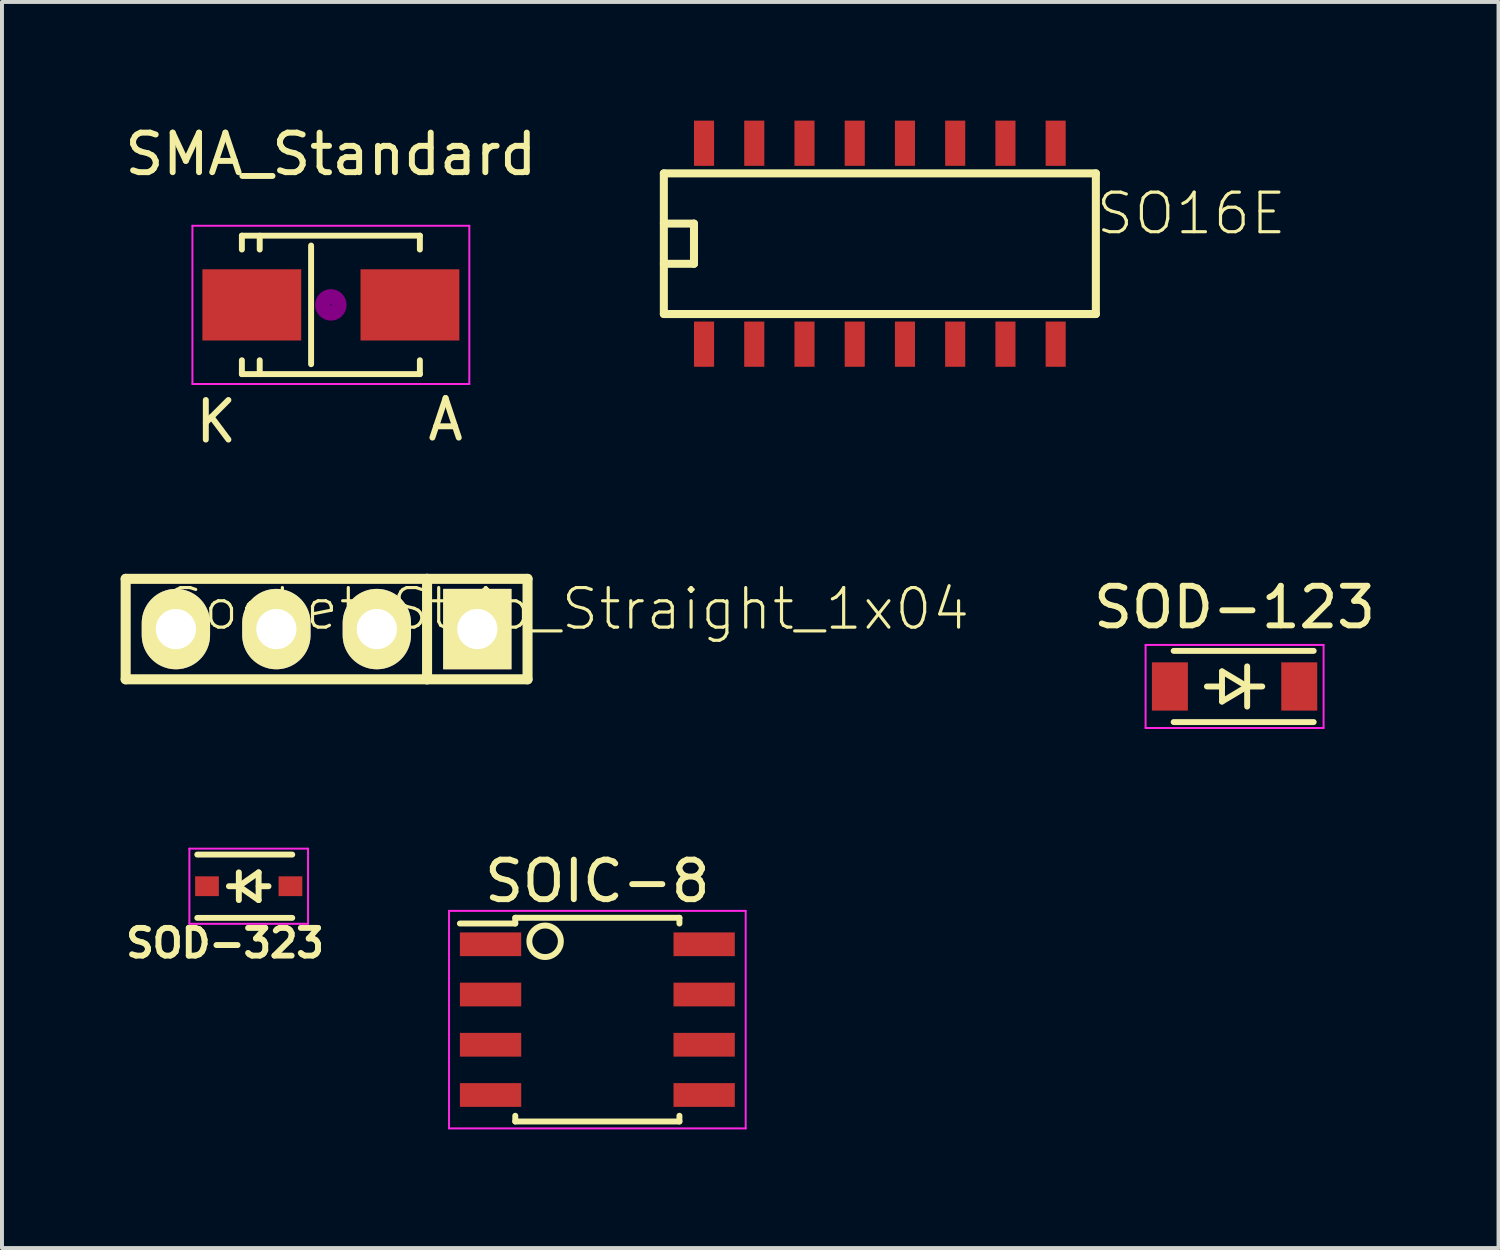
<source format=kicad_pcb>
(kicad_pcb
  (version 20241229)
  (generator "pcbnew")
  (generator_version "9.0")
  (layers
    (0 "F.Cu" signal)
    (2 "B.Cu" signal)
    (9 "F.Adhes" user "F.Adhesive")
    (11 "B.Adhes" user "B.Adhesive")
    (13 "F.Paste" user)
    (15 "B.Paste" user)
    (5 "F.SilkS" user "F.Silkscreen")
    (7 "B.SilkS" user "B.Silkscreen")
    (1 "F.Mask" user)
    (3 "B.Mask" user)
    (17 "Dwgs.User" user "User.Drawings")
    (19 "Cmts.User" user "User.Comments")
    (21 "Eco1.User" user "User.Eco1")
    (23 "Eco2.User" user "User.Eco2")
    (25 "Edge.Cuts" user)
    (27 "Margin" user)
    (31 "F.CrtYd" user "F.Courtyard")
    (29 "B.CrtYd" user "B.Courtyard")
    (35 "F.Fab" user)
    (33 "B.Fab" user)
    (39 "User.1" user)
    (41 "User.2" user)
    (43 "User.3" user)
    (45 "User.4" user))
  (footprint "Socket_Strip_Straight_1x04"
    (placed yes)
    (layer "F.Cu")
    (at 5.207 12.854)
    (property "Reference" "Socket_Strip_Straight_1x04" (at 6.096 -0.508 0) (layer "F.SilkS") (effects (font (size 1 1) (thickness 0.08))))
    (attr through_hole)
    (fp_line (start -5.08 1.27) (end -5.08 -1.27) (stroke (width 0.254) (type solid)) (layer "F.SilkS"))
    (fp_line (start 2.54 -1.27) (end -5.08 -1.27) (stroke (width 0.254) (type solid)) (layer "F.SilkS"))
    (fp_line (start 2.54 -1.27) (end 2.54 1.27) (stroke (width 0.254) (type solid)) (layer "F.SilkS"))
    (fp_line (start 2.54 1.27) (end -5.08 1.27) (stroke (width 0.254) (type solid)) (layer "F.SilkS"))
    (fp_line (start 5.08 -1.27) (end 2.54 -1.27) (stroke (width 0.254) (type solid)) (layer "F.SilkS"))
    (fp_line (start 5.08 -1.27) (end 5.08 1.27) (stroke (width 0.254) (type solid)) (layer "F.SilkS"))
    (fp_line (start 5.08 1.27) (end 2.54 1.27) (stroke (width 0.254) (type solid)) (layer "F.SilkS"))
    (pad "1" thru_hole rect (at 3.81 0 180) (size 1.727 2.032) (drill 1.016) (layers "*.Cu" "*.Mask" "F.SilkS"))
    (pad "2" thru_hole oval (at 1.27 0 180) (size 1.727 2.032) (drill 1.016) (layers "*.Cu" "*.Mask" "F.SilkS"))
    (pad "3" thru_hole oval (at -1.27 0 180) (size 1.727 2.032) (drill 1.016) (layers "*.Cu" "*.Mask" "F.SilkS"))
    (pad "4" thru_hole oval (at -3.81 0 180) (size 1.727 2.032) (drill 1.016) (layers "*.Cu" "*.Mask" "F.SilkS")))
  (footprint "SO16E"
    (placed yes)
    (layer "F.Cu")
    (at 19.194 3.111)
    (property "Reference" "SO16E" (at 7.874 -0.762 0) (layer "F.SilkS") (effects (font (size 1 1) (thickness 0.08))))
    (attr smd)
    (fp_line (start -5.461 -1.778) (end 5.461 -1.778) (stroke (width 0.203) (type solid)) (layer "F.SilkS"))
    (fp_line (start -5.461 -0.508) (end -4.699 -0.508) (stroke (width 0.203) (type solid)) (layer "F.SilkS"))
    (fp_line (start -5.461 1.778) (end -5.461 -1.778) (stroke (width 0.203) (type solid)) (layer "F.SilkS"))
    (fp_line (start -4.699 -0.508) (end -4.699 0.508) (stroke (width 0.203) (type solid)) (layer "F.SilkS"))
    (fp_line (start -4.699 0.508) (end -5.461 0.508) (stroke (width 0.203) (type solid)) (layer "F.SilkS"))
    (fp_line (start 5.461 -1.778) (end 5.461 1.778) (stroke (width 0.203) (type solid)) (layer "F.SilkS"))
    (fp_line (start 5.461 1.778) (end -5.461 1.778) (stroke (width 0.203) (type solid)) (layer "F.SilkS"))
    (pad "1" smd rect (at -4.445 2.54) (size 0.508 1.143) (layers "F.Cu" "F.Mask" "F.Paste"))
    (pad "2" smd rect (at -3.175 2.54) (size 0.508 1.143) (layers "F.Cu" "F.Mask" "F.Paste"))
    (pad "3" smd rect (at -1.905 2.54) (size 0.508 1.143) (layers "F.Cu" "F.Mask" "F.Paste"))
    (pad "4" smd rect (at -0.635 2.54) (size 0.508 1.143) (layers "F.Cu" "F.Mask" "F.Paste"))
    (pad "5" smd rect (at 0.635 2.54) (size 0.508 1.143) (layers "F.Cu" "F.Mask" "F.Paste"))
    (pad "6" smd rect (at 1.905 2.54) (size 0.508 1.143) (layers "F.Cu" "F.Mask" "F.Paste"))
    (pad "7" smd rect (at 3.175 2.54) (size 0.508 1.143) (layers "F.Cu" "F.Mask" "F.Paste"))
    (pad "8" smd rect (at 4.445 2.54) (size 0.508 1.143) (layers "F.Cu" "F.Mask" "F.Paste"))
    (pad "9" smd rect (at 4.445 -2.54) (size 0.508 1.143) (layers "F.Cu" "F.Mask" "F.Paste"))
    (pad "10" smd rect (at 3.175 -2.54) (size 0.508 1.143) (layers "F.Cu" "F.Mask" "F.Paste"))
    (pad "11" smd rect (at 1.905 -2.54) (size 0.508 1.143) (layers "F.Cu" "F.Mask" "F.Paste"))
    (pad "12" smd rect (at 0.635 -2.54) (size 0.508 1.143) (layers "F.Cu" "F.Mask" "F.Paste"))
    (pad "13" smd rect (at -0.635 -2.54) (size 0.508 1.143) (layers "F.Cu" "F.Mask" "F.Paste"))
    (pad "14" smd rect (at -1.905 -2.54) (size 0.508 1.143) (layers "F.Cu" "F.Mask" "F.Paste"))
    (pad "15" smd rect (at -3.175 -2.54) (size 0.508 1.143) (layers "F.Cu" "F.Mask" "F.Paste"))
    (pad "16" smd rect (at -4.445 -2.54) (size 0.508 1.143) (layers "F.Cu" "F.Mask" "F.Paste")))
  (footprint "SOIC-8"
    (layer "F.Cu")
    (at 12.052 22.728)
    (property "Reference" "SOIC-8" (at 0 -3.5 0) (layer "F.SilkS") (effects (font (size 1 1) (thickness 0.15))))
    (attr smd)
    (fp_line (start -2.075 -2.575) (end -2.075 -2.43) (stroke (width 0.15) (type solid)) (layer "F.SilkS"))
    (fp_line (start -2.075 -2.575) (end 2.075 -2.575) (stroke (width 0.15) (type solid)) (layer "F.SilkS"))
    (fp_line (start -2.075 -2.43) (end -3.475 -2.43) (stroke (width 0.15) (type solid)) (layer "F.SilkS"))
    (fp_line (start -2.075 2.575) (end -2.075 2.43) (stroke (width 0.15) (type solid)) (layer "F.SilkS"))
    (fp_line (start -2.075 2.575) (end 2.075 2.575) (stroke (width 0.15) (type solid)) (layer "F.SilkS"))
    (fp_line (start 2.075 -2.575) (end 2.075 -2.43) (stroke (width 0.15) (type solid)) (layer "F.SilkS"))
    (fp_line (start 2.075 2.575) (end 2.075 2.43) (stroke (width 0.15) (type solid)) (layer "F.SilkS"))
    (fp_circle (center -1.321 -1.981) (end -0.965 -1.803) (stroke (width 0.15) (type solid)) (fill no) (layer "F.SilkS"))
    (fp_line (start -3.75 -2.75) (end -3.75 2.75) (stroke (width 0.05) (type solid)) (layer "F.CrtYd"))
    (fp_line (start -3.75 -2.75) (end 3.75 -2.75) (stroke (width 0.05) (type solid)) (layer "F.CrtYd"))
    (fp_line (start -3.75 2.75) (end 3.75 2.75) (stroke (width 0.05) (type solid)) (layer "F.CrtYd"))
    (fp_line (start 3.75 -2.75) (end 3.75 2.75) (stroke (width 0.05) (type solid)) (layer "F.CrtYd"))
    (pad "1" smd rect (at -2.7 -1.905) (size 1.55 0.6) (layers "F.Cu" "F.Mask" "F.Paste"))
    (pad "2" smd rect (at -2.7 -0.635) (size 1.55 0.6) (layers "F.Cu" "F.Mask" "F.Paste"))
    (pad "3" smd rect (at -2.7 0.635) (size 1.55 0.6) (layers "F.Cu" "F.Mask" "F.Paste"))
    (pad "4" smd rect (at -2.7 1.905) (size 1.55 0.6) (layers "F.Cu" "F.Mask" "F.Paste"))
    (pad "5" smd rect (at 2.7 1.905) (size 1.55 0.6) (layers "F.Cu" "F.Mask" "F.Paste"))
    (pad "6" smd rect (at 2.7 0.635) (size 1.55 0.6) (layers "F.Cu" "F.Mask" "F.Paste"))
    (pad "7" smd rect (at 2.7 -0.635) (size 1.55 0.6) (layers "F.Cu" "F.Mask" "F.Paste"))
    (pad "8" smd rect (at 2.7 -1.905) (size 1.55 0.6) (layers "F.Cu" "F.Mask" "F.Paste")))
  (footprint "SOD-123"
    (layer "F.Cu")
    (at 28.162 14.305)
    (property "Reference" "SOD-123" (at 0 -2 0) (layer "F.SilkS") (effects (font (size 1 1) (thickness 0.15))))
    (attr smd)
    (fp_line (start -0.318 -0.381) (end -0.318 0.381) (stroke (width 0.15) (type solid)) (layer "F.SilkS"))
    (fp_line (start -0.318 0) (end -0.699 0) (stroke (width 0.15) (type solid)) (layer "F.SilkS"))
    (fp_line (start -0.318 0.381) (end 0.318 0) (stroke (width 0.15) (type solid)) (layer "F.SilkS"))
    (fp_line (start 0.318 -0.508) (end 0.318 0.508) (stroke (width 0.15) (type solid)) (layer "F.SilkS"))
    (fp_line (start 0.318 0) (end -0.318 -0.381) (stroke (width 0.15) (type solid)) (layer "F.SilkS"))
    (fp_line (start 0.699 0) (end 0.318 0) (stroke (width 0.15) (type solid)) (layer "F.SilkS"))
    (fp_line (start 2 -0.9) (end -1.54 -0.9) (stroke (width 0.15) (type solid)) (layer "F.SilkS"))
    (fp_line (start 2 0.9) (end -1.54 0.9) (stroke (width 0.15) (type solid)) (layer "F.SilkS"))
    (fp_line (start -2.25 -1.05) (end -2.25 1.05) (stroke (width 0.05) (type solid)) (layer "F.CrtYd"))
    (fp_line (start -2.25 1.05) (end 2.25 1.05) (stroke (width 0.05) (type solid)) (layer "F.CrtYd"))
    (fp_line (start 2.25 -1.05) (end -2.25 -1.05) (stroke (width 0.05) (type solid)) (layer "F.CrtYd"))
    (fp_line (start 2.25 -1.05) (end 2.25 1.05) (stroke (width 0.05) (type solid)) (layer "F.CrtYd"))
    (pad "1" smd rect (at -1.635 0 180) (size 0.91 1.22) (layers "F.Cu" "F.Mask" "F.Paste"))
    (pad "2" smd rect (at 1.635 0 180) (size 0.91 1.22) (layers "F.Cu" "F.Mask" "F.Paste")))
  (footprint "SMA_Standard"
    (layer "F.Cu")
    (at 5.315 4.658)
    (property "Reference" "SMA_Standard" (at 0 -3.81 0) (layer "F.SilkS") (effects (font (size 1 1) (thickness 0.15))))
    (attr smd)
    (fp_line (start -2.25 -1.75) (end -2.25 -1.4) (stroke (width 0.15) (type solid)) (layer "F.SilkS"))
    (fp_line (start -2.25 -1.75) (end 2.25 -1.75) (stroke (width 0.15) (type solid)) (layer "F.SilkS"))
    (fp_line (start -2.25 1.75) (end -2.25 1.4) (stroke (width 0.15) (type solid)) (layer "F.SilkS"))
    (fp_line (start -2.25 1.75) (end 2.25 1.75) (stroke (width 0.15) (type solid)) (layer "F.SilkS"))
    (fp_line (start -1.799 -1.75) (end -1.799 -1.4) (stroke (width 0.15) (type solid)) (layer "F.SilkS"))
    (fp_line (start -1.799 1.75) (end -1.799 1.4) (stroke (width 0.15) (type solid)) (layer "F.SilkS"))
    (fp_line (start -0.5 -1.5) (end -0.5 1.5) (stroke (width 0.15) (type solid)) (layer "F.SilkS"))
    (fp_line (start 2.25 -1.75) (end 2.25 -1.4) (stroke (width 0.15) (type solid)) (layer "F.SilkS"))
    (fp_line (start 2.25 1.75) (end 2.25 1.4) (stroke (width 0.15) (type solid)) (layer "F.SilkS"))
    (fp_circle (center 0 0) (end 0.201 -0.051) (stroke (width 0.381) (type solid)) (fill no) (layer "F.Adhes"))
    (fp_line (start -3.5 -2) (end 3.5 -2) (stroke (width 0.05) (type solid)) (layer "F.CrtYd"))
    (fp_line (start -3.5 2) (end -3.5 -2) (stroke (width 0.05) (type solid)) (layer "F.CrtYd"))
    (fp_line (start 3.5 -2) (end 3.5 2) (stroke (width 0.05) (type solid)) (layer "F.CrtYd"))
    (fp_line (start 3.5 2) (end -3.5 2) (stroke (width 0.05) (type solid)) (layer "F.CrtYd"))
    (fp_text user "K" (at -2.9 2.95 0) (layer "F.SilkS") (effects (font (size 1 1) (thickness 0.15))))
    (fp_text user "A" (at 2.9 2.9 0) (layer "F.SilkS") (effects (font (size 1 1) (thickness 0.15))))
    (pad "1" smd rect (at 1.999 0) (size 2.499 1.801) (layers "F.Cu" "F.Mask" "F.Paste"))
    (pad "2" smd rect (at -1.999 0) (size 2.499 1.801) (layers "F.Cu" "F.Mask" "F.Paste")))
  (footprint "SOD-323"
    (layer "F.Cu")
    (at 3.238 19.355)
    (property "Reference" "SOD-323" (at -0.599 1.438 0) (layer "F.SilkS") (effects (font (size 0.7 0.7) (thickness 0.15))))
    (attr smd)
    (fp_line (start -1.3 -0.8) (end 1.1 -0.8) (stroke (width 0.15) (type solid)) (layer "F.SilkS"))
    (fp_line (start -1.3 0.8) (end 1.1 0.8) (stroke (width 0.15) (type solid)) (layer "F.SilkS"))
    (fp_line (start -0.25 -0.35) (end -0.25 0.35) (stroke (width 0.15) (type solid)) (layer "F.SilkS"))
    (fp_line (start -0.25 0) (end -0.5 0) (stroke (width 0.15) (type solid)) (layer "F.SilkS"))
    (fp_line (start -0.25 0) (end 0.25 -0.35) (stroke (width 0.15) (type solid)) (layer "F.SilkS"))
    (fp_line (start 0.25 -0.35) (end 0.25 0.35) (stroke (width 0.15) (type solid)) (layer "F.SilkS"))
    (fp_line (start 0.25 0) (end 0.5 0) (stroke (width 0.15) (type solid)) (layer "F.SilkS"))
    (fp_line (start 0.25 0.35) (end -0.25 0) (stroke (width 0.15) (type solid)) (layer "F.SilkS"))
    (fp_line (start -1.5 -0.95) (end -1.5 0.95) (stroke (width 0.05) (type solid)) (layer "F.CrtYd"))
    (fp_line (start -1.5 -0.95) (end 1.5 -0.95) (stroke (width 0.05) (type solid)) (layer "F.CrtYd"))
    (fp_line (start -1.5 0.95) (end 1.5 0.95) (stroke (width 0.05) (type solid)) (layer "F.CrtYd"))
    (fp_line (start 1.5 -0.95) (end 1.5 0.95) (stroke (width 0.05) (type solid)) (layer "F.CrtYd"))
    (pad "1" smd rect (at 1.055 0) (size 0.6 0.5) (layers "F.Cu" "F.Mask" "F.Paste"))
    (pad "2" smd rect (at -1.055 0) (size 0.6 0.5) (layers "F.Cu" "F.Mask" "F.Paste")))
  (gr_rect
    (start -3 -3)
    (end 34.835 28.503)
    (stroke (width 0.1) (type default))
    (fill no)
    (layer "Edge.Cuts")))
</source>
